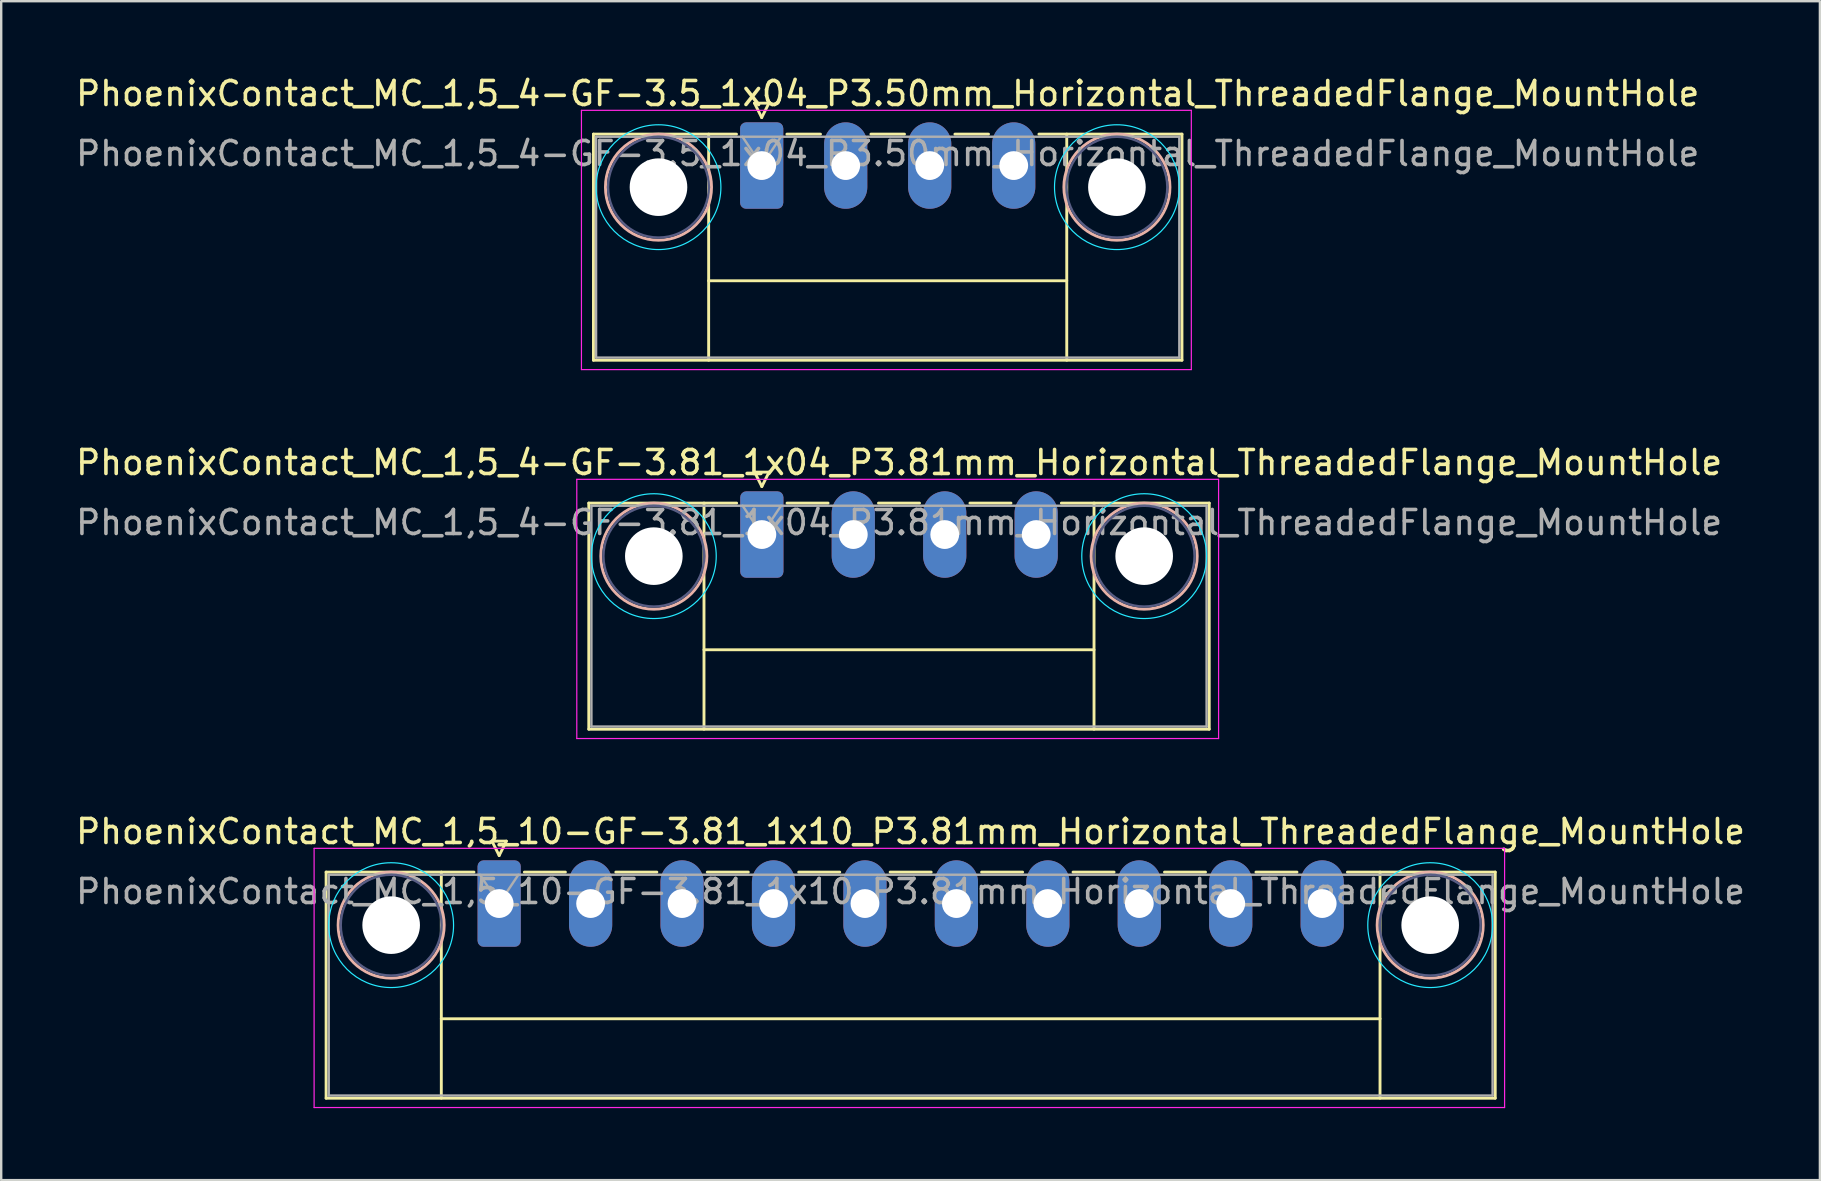
<source format=kicad_pcb>
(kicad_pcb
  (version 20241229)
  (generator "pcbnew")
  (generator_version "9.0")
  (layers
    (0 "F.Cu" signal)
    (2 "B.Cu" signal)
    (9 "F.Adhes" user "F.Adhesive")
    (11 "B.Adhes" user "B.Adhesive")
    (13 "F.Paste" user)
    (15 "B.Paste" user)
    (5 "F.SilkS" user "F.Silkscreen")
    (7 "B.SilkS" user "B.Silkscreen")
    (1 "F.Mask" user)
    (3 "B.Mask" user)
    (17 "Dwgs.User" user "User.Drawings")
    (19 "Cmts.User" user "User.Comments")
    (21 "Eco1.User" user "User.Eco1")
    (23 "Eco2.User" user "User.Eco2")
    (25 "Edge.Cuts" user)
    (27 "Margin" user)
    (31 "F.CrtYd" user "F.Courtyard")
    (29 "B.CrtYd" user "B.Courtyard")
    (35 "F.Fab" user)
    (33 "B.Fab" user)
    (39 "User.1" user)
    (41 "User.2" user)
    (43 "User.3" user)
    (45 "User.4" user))
  (footprint "PhoenixContact_MC_1,5_4-GF-3.5_1x04_P3.50mm_Horizontal_ThreadedFlange_MountHole"
    (layer "F.Cu")
    (at 28.685 3.848)
    (property "Reference" "PhoenixContact_MC_1,5_4-GF-3.5_1x04_P3.50mm_Horizontal_ThreadedFlange_MountHole" (at 5.25 -3 0) (layer "F.SilkS") (effects (font (size 1 1) (thickness 0.15))))
    (attr through_hole)
    (fp_line (start -7.01 -1.31) (end -7.01 8.11) (stroke (width 0.12) (type solid)) (layer "F.SilkS"))
    (fp_line (start -7.01 -1.31) (end -1.05 -1.31) (stroke (width 0.12) (type solid)) (layer "F.SilkS"))
    (fp_line (start -7.01 8.11) (end 17.51 8.11) (stroke (width 0.12) (type solid)) (layer "F.SilkS"))
    (fp_line (start -2.21 -1.31) (end -2.21 8.11) (stroke (width 0.12) (type solid)) (layer "F.SilkS"))
    (fp_line (start -2.21 4.8) (end 12.71 4.8) (stroke (width 0.12) (type solid)) (layer "F.SilkS"))
    (fp_line (start -0.3 -2.6) (end 0.3 -2.6) (stroke (width 0.12) (type solid)) (layer "F.SilkS"))
    (fp_line (start 0 -2) (end -0.3 -2.6) (stroke (width 0.12) (type solid)) (layer "F.SilkS"))
    (fp_line (start 0.3 -2.6) (end 0 -2) (stroke (width 0.12) (type solid)) (layer "F.SilkS"))
    (fp_line (start 1.05 -1.31) (end 2.45 -1.31) (stroke (width 0.12) (type solid)) (layer "F.SilkS"))
    (fp_line (start 4.55 -1.31) (end 5.95 -1.31) (stroke (width 0.12) (type solid)) (layer "F.SilkS"))
    (fp_line (start 8.05 -1.31) (end 9.45 -1.31) (stroke (width 0.12) (type solid)) (layer "F.SilkS"))
    (fp_line (start 12.71 -1.31) (end 12.71 8.11) (stroke (width 0.12) (type solid)) (layer "F.SilkS"))
    (fp_line (start 17.51 -1.31) (end 11.55 -1.31) (stroke (width 0.12) (type solid)) (layer "F.SilkS"))
    (fp_line (start 17.51 8.11) (end 17.51 -1.31) (stroke (width 0.12) (type solid)) (layer "F.SilkS"))
    (fp_circle (center -4.3 0.9) (end -2.09 0.9) (stroke (width 0.12) (type solid)) (fill no) (layer "B.SilkS"))
    (fp_circle (center 14.8 0.9) (end 17.01 0.9) (stroke (width 0.12) (type solid)) (fill no) (layer "B.SilkS"))
    (fp_circle (center -4.3 0.9) (end -1.7 0.9) (stroke (width 0.05) (type solid)) (fill no) (layer "B.CrtYd"))
    (fp_circle (center 14.8 0.9) (end 17.4 0.9) (stroke (width 0.05) (type solid)) (fill no) (layer "B.CrtYd"))
    (fp_line (start -7.51 -2.3) (end -7.51 8.5) (stroke (width 0.05) (type solid)) (layer "F.CrtYd"))
    (fp_line (start -7.51 8.5) (end 17.9 8.5) (stroke (width 0.05) (type solid)) (layer "F.CrtYd"))
    (fp_line (start 17.9 -2.3) (end -7.51 -2.3) (stroke (width 0.05) (type solid)) (layer "F.CrtYd"))
    (fp_line (start 17.9 8.5) (end 17.9 -2.3) (stroke (width 0.05) (type solid)) (layer "F.CrtYd"))
    (fp_circle (center -4.3 0.9) (end -2.2 0.9) (stroke (width 0.1) (type solid)) (fill no) (layer "B.Fab"))
    (fp_circle (center 14.8 0.9) (end 16.9 0.9) (stroke (width 0.1) (type solid)) (fill no) (layer "B.Fab"))
    (fp_line (start -6.9 -1.2) (end -6.9 8) (stroke (width 0.1) (type solid)) (layer "F.Fab"))
    (fp_line (start -6.9 8) (end 17.4 8) (stroke (width 0.1) (type solid)) (layer "F.Fab"))
    (fp_line (start 0 0) (end -0.8 -1.2) (stroke (width 0.1) (type solid)) (layer "F.Fab"))
    (fp_line (start 0.8 -1.2) (end 0 0) (stroke (width 0.1) (type solid)) (layer "F.Fab"))
    (fp_line (start 17.4 -1.2) (end -6.9 -1.2) (stroke (width 0.1) (type solid)) (layer "F.Fab"))
    (fp_line (start 17.4 8) (end 17.4 -1.2) (stroke (width 0.1) (type solid)) (layer "F.Fab"))
    (fp_text user "${REFERENCE}" (at 5.25 -0.5 0) (layer "F.Fab") (effects (font (size 1 1) (thickness 0.15))))
    (pad "" np_thru_hole circle (at -4.3 0.9) (size 2.4 2.4) (drill 2.4) (layers "*.Cu" "*.Mask"))
    (pad "" np_thru_hole circle (at 14.8 0.9) (size 2.4 2.4) (drill 2.4) (layers "*.Cu" "*.Mask"))
    (pad "1" thru_hole roundrect (at 0 0) (size 1.8 3.6) (drill 1.2) (layers "*.Cu" "*.Mask") (roundrect_rratio 0.139))
    (pad "2" thru_hole oval (at 3.5 0) (size 1.8 3.6) (drill 1.2) (layers "*.Cu" "*.Mask"))
    (pad "3" thru_hole oval (at 7 0) (size 1.8 3.6) (drill 1.2) (layers "*.Cu" "*.Mask"))
    (pad "4" thru_hole oval (at 10.5 0) (size 1.8 3.6) (drill 1.2) (layers "*.Cu" "*.Mask")))
  (footprint "PhoenixContact_MC_1,5_10-GF-3.81_1x10_P3.81mm_Horizontal_ThreadedFlange_MountHole"
    (layer "F.Cu")
    (at 17.747 34.595)
    (property "Reference" "PhoenixContact_MC_1,5_10-GF-3.81_1x10_P3.81mm_Horizontal_ThreadedFlange_MountHole" (at 17.14 -3 0) (layer "F.SilkS") (effects (font (size 1 1) (thickness 0.15))))
    (attr through_hole)
    (fp_line (start -7.21 -1.31) (end -7.21 8.11) (stroke (width 0.12) (type solid)) (layer "F.SilkS"))
    (fp_line (start -7.21 -1.31) (end -1.05 -1.31) (stroke (width 0.12) (type solid)) (layer "F.SilkS"))
    (fp_line (start -7.21 8.11) (end 41.5 8.11) (stroke (width 0.12) (type solid)) (layer "F.SilkS"))
    (fp_line (start -2.41 -1.31) (end -2.41 8.11) (stroke (width 0.12) (type solid)) (layer "F.SilkS"))
    (fp_line (start -2.41 4.8) (end 36.7 4.8) (stroke (width 0.12) (type solid)) (layer "F.SilkS"))
    (fp_line (start -0.3 -2.6) (end 0.3 -2.6) (stroke (width 0.12) (type solid)) (layer "F.SilkS"))
    (fp_line (start 0 -2) (end -0.3 -2.6) (stroke (width 0.12) (type solid)) (layer "F.SilkS"))
    (fp_line (start 0.3 -2.6) (end 0 -2) (stroke (width 0.12) (type solid)) (layer "F.SilkS"))
    (fp_line (start 1.05 -1.31) (end 2.76 -1.31) (stroke (width 0.12) (type solid)) (layer "F.SilkS"))
    (fp_line (start 4.86 -1.31) (end 6.57 -1.31) (stroke (width 0.12) (type solid)) (layer "F.SilkS"))
    (fp_line (start 8.67 -1.31) (end 10.38 -1.31) (stroke (width 0.12) (type solid)) (layer "F.SilkS"))
    (fp_line (start 12.48 -1.31) (end 14.19 -1.31) (stroke (width 0.12) (type solid)) (layer "F.SilkS"))
    (fp_line (start 16.29 -1.31) (end 18 -1.31) (stroke (width 0.12) (type solid)) (layer "F.SilkS"))
    (fp_line (start 20.1 -1.31) (end 21.81 -1.31) (stroke (width 0.12) (type solid)) (layer "F.SilkS"))
    (fp_line (start 23.91 -1.31) (end 25.62 -1.31) (stroke (width 0.12) (type solid)) (layer "F.SilkS"))
    (fp_line (start 27.72 -1.31) (end 29.43 -1.31) (stroke (width 0.12) (type solid)) (layer "F.SilkS"))
    (fp_line (start 31.53 -1.31) (end 33.24 -1.31) (stroke (width 0.12) (type solid)) (layer "F.SilkS"))
    (fp_line (start 36.7 -1.31) (end 36.7 8.11) (stroke (width 0.12) (type solid)) (layer "F.SilkS"))
    (fp_line (start 41.5 -1.31) (end 35.34 -1.31) (stroke (width 0.12) (type solid)) (layer "F.SilkS"))
    (fp_line (start 41.5 8.11) (end 41.5 -1.31) (stroke (width 0.12) (type solid)) (layer "F.SilkS"))
    (fp_circle (center -4.5 0.9) (end -2.29 0.9) (stroke (width 0.12) (type solid)) (fill no) (layer "B.SilkS"))
    (fp_circle (center 38.79 0.9) (end 41 0.9) (stroke (width 0.12) (type solid)) (fill no) (layer "B.SilkS"))
    (fp_circle (center -4.5 0.9) (end -1.9 0.9) (stroke (width 0.05) (type solid)) (fill no) (layer "B.CrtYd"))
    (fp_circle (center 38.79 0.9) (end 41.39 0.9) (stroke (width 0.05) (type solid)) (fill no) (layer "B.CrtYd"))
    (fp_line (start -7.71 -2.3) (end -7.71 8.5) (stroke (width 0.05) (type solid)) (layer "F.CrtYd"))
    (fp_line (start -7.71 8.5) (end 41.89 8.5) (stroke (width 0.05) (type solid)) (layer "F.CrtYd"))
    (fp_line (start 41.89 -2.3) (end -7.71 -2.3) (stroke (width 0.05) (type solid)) (layer "F.CrtYd"))
    (fp_line (start 41.89 8.5) (end 41.89 -2.3) (stroke (width 0.05) (type solid)) (layer "F.CrtYd"))
    (fp_circle (center -4.5 0.9) (end -2.4 0.9) (stroke (width 0.1) (type solid)) (fill no) (layer "B.Fab"))
    (fp_circle (center 38.79 0.9) (end 40.89 0.9) (stroke (width 0.1) (type solid)) (fill no) (layer "B.Fab"))
    (fp_line (start -7.1 -1.2) (end -7.1 8) (stroke (width 0.1) (type solid)) (layer "F.Fab"))
    (fp_line (start -7.1 8) (end 41.39 8) (stroke (width 0.1) (type solid)) (layer "F.Fab"))
    (fp_line (start 0 0) (end -0.8 -1.2) (stroke (width 0.1) (type solid)) (layer "F.Fab"))
    (fp_line (start 0.8 -1.2) (end 0 0) (stroke (width 0.1) (type solid)) (layer "F.Fab"))
    (fp_line (start 41.39 -1.2) (end -7.1 -1.2) (stroke (width 0.1) (type solid)) (layer "F.Fab"))
    (fp_line (start 41.39 8) (end 41.39 -1.2) (stroke (width 0.1) (type solid)) (layer "F.Fab"))
    (fp_text user "${REFERENCE}" (at 17.14 -0.5 0) (layer "F.Fab") (effects (font (size 1 1) (thickness 0.15))))
    (pad "" np_thru_hole circle (at -4.5 0.9) (size 2.4 2.4) (drill 2.4) (layers "*.Cu" "*.Mask"))
    (pad "" np_thru_hole circle (at 38.79 0.9) (size 2.4 2.4) (drill 2.4) (layers "*.Cu" "*.Mask"))
    (pad "1" thru_hole roundrect (at 0 0) (size 1.8 3.6) (drill 1.2) (layers "*.Cu" "*.Mask") (roundrect_rratio 0.139))
    (pad "2" thru_hole oval (at 3.81 0) (size 1.8 3.6) (drill 1.2) (layers "*.Cu" "*.Mask"))
    (pad "3" thru_hole oval (at 7.62 0) (size 1.8 3.6) (drill 1.2) (layers "*.Cu" "*.Mask"))
    (pad "4" thru_hole oval (at 11.43 0) (size 1.8 3.6) (drill 1.2) (layers "*.Cu" "*.Mask"))
    (pad "5" thru_hole oval (at 15.24 0) (size 1.8 3.6) (drill 1.2) (layers "*.Cu" "*.Mask"))
    (pad "6" thru_hole oval (at 19.05 0) (size 1.8 3.6) (drill 1.2) (layers "*.Cu" "*.Mask"))
    (pad "7" thru_hole oval (at 22.86 0) (size 1.8 3.6) (drill 1.2) (layers "*.Cu" "*.Mask"))
    (pad "8" thru_hole oval (at 26.67 0) (size 1.8 3.6) (drill 1.2) (layers "*.Cu" "*.Mask"))
    (pad "9" thru_hole oval (at 30.48 0) (size 1.8 3.6) (drill 1.2) (layers "*.Cu" "*.Mask"))
    (pad "10" thru_hole oval (at 34.29 0) (size 1.8 3.6) (drill 1.2) (layers "*.Cu" "*.Mask")))
  (footprint "PhoenixContact_MC_1,5_4-GF-3.81_1x04_P3.81mm_Horizontal_ThreadedFlange_MountHole"
    (layer "F.Cu")
    (at 28.691 19.221)
    (property "Reference" "PhoenixContact_MC_1,5_4-GF-3.81_1x04_P3.81mm_Horizontal_ThreadedFlange_MountHole" (at 5.72 -3 0) (layer "F.SilkS") (effects (font (size 1 1) (thickness 0.15))))
    (attr through_hole)
    (fp_line (start -7.21 -1.31) (end -7.21 8.11) (stroke (width 0.12) (type solid)) (layer "F.SilkS"))
    (fp_line (start -7.21 -1.31) (end -1.05 -1.31) (stroke (width 0.12) (type solid)) (layer "F.SilkS"))
    (fp_line (start -7.21 8.11) (end 18.64 8.11) (stroke (width 0.12) (type solid)) (layer "F.SilkS"))
    (fp_line (start -2.41 -1.31) (end -2.41 8.11) (stroke (width 0.12) (type solid)) (layer "F.SilkS"))
    (fp_line (start -2.41 4.8) (end 13.84 4.8) (stroke (width 0.12) (type solid)) (layer "F.SilkS"))
    (fp_line (start -0.3 -2.6) (end 0.3 -2.6) (stroke (width 0.12) (type solid)) (layer "F.SilkS"))
    (fp_line (start 0 -2) (end -0.3 -2.6) (stroke (width 0.12) (type solid)) (layer "F.SilkS"))
    (fp_line (start 0.3 -2.6) (end 0 -2) (stroke (width 0.12) (type solid)) (layer "F.SilkS"))
    (fp_line (start 1.05 -1.31) (end 2.76 -1.31) (stroke (width 0.12) (type solid)) (layer "F.SilkS"))
    (fp_line (start 4.86 -1.31) (end 6.57 -1.31) (stroke (width 0.12) (type solid)) (layer "F.SilkS"))
    (fp_line (start 8.67 -1.31) (end 10.38 -1.31) (stroke (width 0.12) (type solid)) (layer "F.SilkS"))
    (fp_line (start 13.84 -1.31) (end 13.84 8.11) (stroke (width 0.12) (type solid)) (layer "F.SilkS"))
    (fp_line (start 18.64 -1.31) (end 12.48 -1.31) (stroke (width 0.12) (type solid)) (layer "F.SilkS"))
    (fp_line (start 18.64 8.11) (end 18.64 -1.31) (stroke (width 0.12) (type solid)) (layer "F.SilkS"))
    (fp_circle (center -4.5 0.9) (end -2.29 0.9) (stroke (width 0.12) (type solid)) (fill no) (layer "B.SilkS"))
    (fp_circle (center 15.93 0.9) (end 18.14 0.9) (stroke (width 0.12) (type solid)) (fill no) (layer "B.SilkS"))
    (fp_circle (center -4.5 0.9) (end -1.9 0.9) (stroke (width 0.05) (type solid)) (fill no) (layer "B.CrtYd"))
    (fp_circle (center 15.93 0.9) (end 18.53 0.9) (stroke (width 0.05) (type solid)) (fill no) (layer "B.CrtYd"))
    (fp_line (start -7.71 -2.3) (end -7.71 8.5) (stroke (width 0.05) (type solid)) (layer "F.CrtYd"))
    (fp_line (start -7.71 8.5) (end 19.03 8.5) (stroke (width 0.05) (type solid)) (layer "F.CrtYd"))
    (fp_line (start 19.03 -2.3) (end -7.71 -2.3) (stroke (width 0.05) (type solid)) (layer "F.CrtYd"))
    (fp_line (start 19.03 8.5) (end 19.03 -2.3) (stroke (width 0.05) (type solid)) (layer "F.CrtYd"))
    (fp_circle (center -4.5 0.9) (end -2.4 0.9) (stroke (width 0.1) (type solid)) (fill no) (layer "B.Fab"))
    (fp_circle (center 15.93 0.9) (end 18.03 0.9) (stroke (width 0.1) (type solid)) (fill no) (layer "B.Fab"))
    (fp_line (start -7.1 -1.2) (end -7.1 8) (stroke (width 0.1) (type solid)) (layer "F.Fab"))
    (fp_line (start -7.1 8) (end 18.53 8) (stroke (width 0.1) (type solid)) (layer "F.Fab"))
    (fp_line (start 0 0) (end -0.8 -1.2) (stroke (width 0.1) (type solid)) (layer "F.Fab"))
    (fp_line (start 0.8 -1.2) (end 0 0) (stroke (width 0.1) (type solid)) (layer "F.Fab"))
    (fp_line (start 18.53 -1.2) (end -7.1 -1.2) (stroke (width 0.1) (type solid)) (layer "F.Fab"))
    (fp_line (start 18.53 8) (end 18.53 -1.2) (stroke (width 0.1) (type solid)) (layer "F.Fab"))
    (fp_text user "${REFERENCE}" (at 5.72 -0.5 0) (layer "F.Fab") (effects (font (size 1 1) (thickness 0.15))))
    (pad "" np_thru_hole circle (at -4.5 0.9) (size 2.4 2.4) (drill 2.4) (layers "*.Cu" "*.Mask"))
    (pad "" np_thru_hole circle (at 15.93 0.9) (size 2.4 2.4) (drill 2.4) (layers "*.Cu" "*.Mask"))
    (pad "1" thru_hole roundrect (at 0 0) (size 1.8 3.6) (drill 1.2) (layers "*.Cu" "*.Mask") (roundrect_rratio 0.139))
    (pad "2" thru_hole oval (at 3.81 0) (size 1.8 3.6) (drill 1.2) (layers "*.Cu" "*.Mask"))
    (pad "3" thru_hole oval (at 7.62 0) (size 1.8 3.6) (drill 1.2) (layers "*.Cu" "*.Mask"))
    (pad "4" thru_hole oval (at 11.43 0) (size 1.8 3.6) (drill 1.2) (layers "*.Cu" "*.Mask")))
  (gr_rect
    (start -3 -3)
    (end 72.774 46.12)
    (stroke (width 0.1) (type default))
    (fill no)
    (layer "Edge.Cuts")))
</source>
